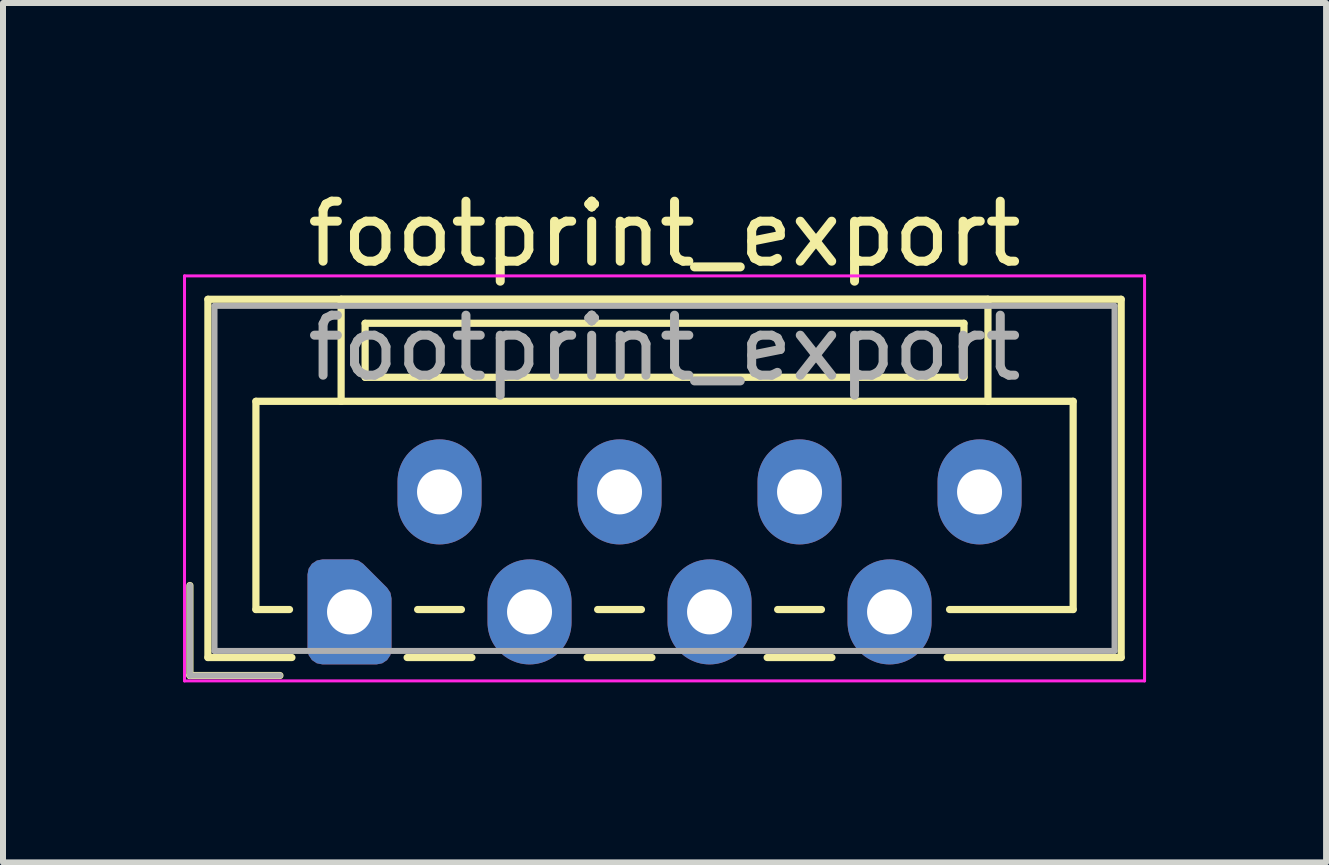
<source format=kicad_pcb>
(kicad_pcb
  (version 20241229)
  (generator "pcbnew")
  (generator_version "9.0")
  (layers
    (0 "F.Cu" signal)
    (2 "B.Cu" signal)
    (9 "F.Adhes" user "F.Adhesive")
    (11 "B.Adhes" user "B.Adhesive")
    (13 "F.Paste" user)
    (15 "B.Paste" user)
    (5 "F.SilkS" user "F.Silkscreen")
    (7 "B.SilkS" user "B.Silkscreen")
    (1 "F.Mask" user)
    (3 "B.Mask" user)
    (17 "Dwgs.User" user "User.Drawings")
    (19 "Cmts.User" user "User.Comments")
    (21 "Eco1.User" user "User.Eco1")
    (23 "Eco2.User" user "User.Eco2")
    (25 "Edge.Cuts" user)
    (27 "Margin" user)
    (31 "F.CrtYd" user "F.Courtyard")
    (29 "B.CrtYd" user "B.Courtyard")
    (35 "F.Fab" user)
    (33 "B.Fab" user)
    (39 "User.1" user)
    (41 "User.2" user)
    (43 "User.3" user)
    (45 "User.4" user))
  (footprint "footprint_export"
    (layer "F.Cu")
    (at 2.775 7.148)
    (property "Reference" "footprint_export" (at 5.25 -6.3 0) (layer "F.SilkS") (effects (font (size 1 1) (thickness 0.15))))
    (attr through_hole)
    (fp_line (start -2.66 -0.44) (end -2.66 1.06) (stroke (width 0.12) (type solid)) (layer "F.SilkS"))
    (fp_line (start -2.66 1.06) (end -1.16 1.06) (stroke (width 0.12) (type solid)) (layer "F.SilkS"))
    (fp_line (start -2.36 -5.21) (end 12.86 -5.21) (stroke (width 0.12) (type solid)) (layer "F.SilkS"))
    (fp_line (start -2.36 0.76) (end -2.36 -5.21) (stroke (width 0.12) (type solid)) (layer "F.SilkS"))
    (fp_line (start -1.56 -3.51) (end -1.56 -0.04) (stroke (width 0.12) (type solid)) (layer "F.SilkS"))
    (fp_line (start -1.56 -0.04) (end -1 -0.04) (stroke (width 0.12) (type solid)) (layer "F.SilkS"))
    (fp_line (start -0.96 0.76) (end -2.36 0.76) (stroke (width 0.12) (type solid)) (layer "F.SilkS"))
    (fp_line (start -0.14 -5.21) (end -0.14 -3.51) (stroke (width 0.12) (type solid)) (layer "F.SilkS"))
    (fp_line (start -0.14 -3.51) (end -1.56 -3.51) (stroke (width 0.12) (type solid)) (layer "F.SilkS"))
    (fp_line (start -0.14 -3.51) (end 10.64 -3.51) (stroke (width 0.12) (type solid)) (layer "F.SilkS"))
    (fp_line (start 0.26 -4.81) (end 0.26 -3.91) (stroke (width 0.12) (type solid)) (layer "F.SilkS"))
    (fp_line (start 0.26 -3.91) (end 10.24 -3.91) (stroke (width 0.12) (type solid)) (layer "F.SilkS"))
    (fp_line (start 0.96 0.76) (end 2.04 0.76) (stroke (width 0.12) (type solid)) (layer "F.SilkS"))
    (fp_line (start 1.135 -0.04) (end 1.865 -0.04) (stroke (width 0.12) (type solid)) (layer "F.SilkS"))
    (fp_line (start 3.96 0.76) (end 5.04 0.76) (stroke (width 0.12) (type solid)) (layer "F.SilkS"))
    (fp_line (start 4.135 -0.04) (end 4.865 -0.04) (stroke (width 0.12) (type solid)) (layer "F.SilkS"))
    (fp_line (start 6.96 0.76) (end 8.04 0.76) (stroke (width 0.12) (type solid)) (layer "F.SilkS"))
    (fp_line (start 7.135 -0.04) (end 7.865 -0.04) (stroke (width 0.12) (type solid)) (layer "F.SilkS"))
    (fp_line (start 10.24 -4.81) (end 0.26 -4.81) (stroke (width 0.12) (type solid)) (layer "F.SilkS"))
    (fp_line (start 10.24 -3.91) (end 10.24 -4.81) (stroke (width 0.12) (type solid)) (layer "F.SilkS"))
    (fp_line (start 10.64 -5.21) (end -0.14 -5.21) (stroke (width 0.12) (type solid)) (layer "F.SilkS"))
    (fp_line (start 10.64 -3.51) (end 10.64 -5.21) (stroke (width 0.12) (type solid)) (layer "F.SilkS"))
    (fp_line (start 10.64 -3.51) (end 12.06 -3.51) (stroke (width 0.12) (type solid)) (layer "F.SilkS"))
    (fp_line (start 12.06 -3.51) (end 12.06 -0.04) (stroke (width 0.12) (type solid)) (layer "F.SilkS"))
    (fp_line (start 12.06 -0.04) (end 10 -0.04) (stroke (width 0.12) (type solid)) (layer "F.SilkS"))
    (fp_line (start 12.86 -5.21) (end 12.86 0.76) (stroke (width 0.12) (type solid)) (layer "F.SilkS"))
    (fp_line (start 12.86 0.76) (end 9.96 0.76) (stroke (width 0.12) (type solid)) (layer "F.SilkS"))
    (fp_line (start -2.75 -5.6) (end -2.75 1.15) (stroke (width 0.05) (type solid)) (layer "F.CrtYd"))
    (fp_line (start -2.75 1.15) (end 13.25 1.15) (stroke (width 0.05) (type solid)) (layer "F.CrtYd"))
    (fp_line (start 13.25 -5.6) (end -2.75 -5.6) (stroke (width 0.05) (type solid)) (layer "F.CrtYd"))
    (fp_line (start 13.25 1.15) (end 13.25 -5.6) (stroke (width 0.05) (type solid)) (layer "F.CrtYd"))
    (fp_line (start -2.66 -0.44) (end -2.66 1.06) (stroke (width 0.1) (type solid)) (layer "F.Fab"))
    (fp_line (start -2.66 1.06) (end -1.16 1.06) (stroke (width 0.1) (type solid)) (layer "F.Fab"))
    (fp_line (start -2.25 -5.1) (end -2.25 0.65) (stroke (width 0.1) (type solid)) (layer "F.Fab"))
    (fp_line (start -2.25 0.65) (end 12.75 0.65) (stroke (width 0.1) (type solid)) (layer "F.Fab"))
    (fp_line (start 12.75 -5.1) (end -2.25 -5.1) (stroke (width 0.1) (type solid)) (layer "F.Fab"))
    (fp_line (start 12.75 0.65) (end 12.75 -5.1) (stroke (width 0.1) (type solid)) (layer "F.Fab"))
    (fp_text user "${REFERENCE}" (at 5.25 -4.4 0) (layer "F.Fab") (effects (font (size 1 1) (thickness 0.15))))
    (pad "1" thru_hole custom (at 0 0) (size 1.117 1.117) (drill 0.75) (layers "*.Cu" "*.Mask") (options (anchor circle)) (primitives (gr_poly (pts (xy 0.45 -0.225) (xy 0.45 0.625) (xy -0.45 0.625) (xy -0.45 -0.625) (xy 0.05 -0.625)) (width 0.5) (fill yes))))
    (pad "2" thru_hole oval (at 1.5 -2) (size 1.4 1.75) (drill 0.75) (layers "*.Cu" "*.Mask"))
    (pad "3" thru_hole oval (at 3 0) (size 1.4 1.75) (drill 0.75) (layers "*.Cu" "*.Mask"))
    (pad "4" thru_hole oval (at 4.5 -2) (size 1.4 1.75) (drill 0.75) (layers "*.Cu" "*.Mask"))
    (pad "5" thru_hole oval (at 6 0) (size 1.4 1.75) (drill 0.75) (layers "*.Cu" "*.Mask"))
    (pad "6" thru_hole oval (at 7.5 -2) (size 1.4 1.75) (drill 0.75) (layers "*.Cu" "*.Mask"))
    (pad "7" thru_hole oval (at 9 0) (size 1.4 1.75) (drill 0.75) (layers "*.Cu" "*.Mask"))
    (pad "8" thru_hole oval (at 10.5 -2) (size 1.4 1.75) (drill 0.75) (layers "*.Cu" "*.Mask")))
  (gr_rect
    (start -3 -3)
    (end 19.05 11.323)
    (stroke (width 0.1) (type default))
    (fill no)
    (layer "Edge.Cuts")))
</source>
